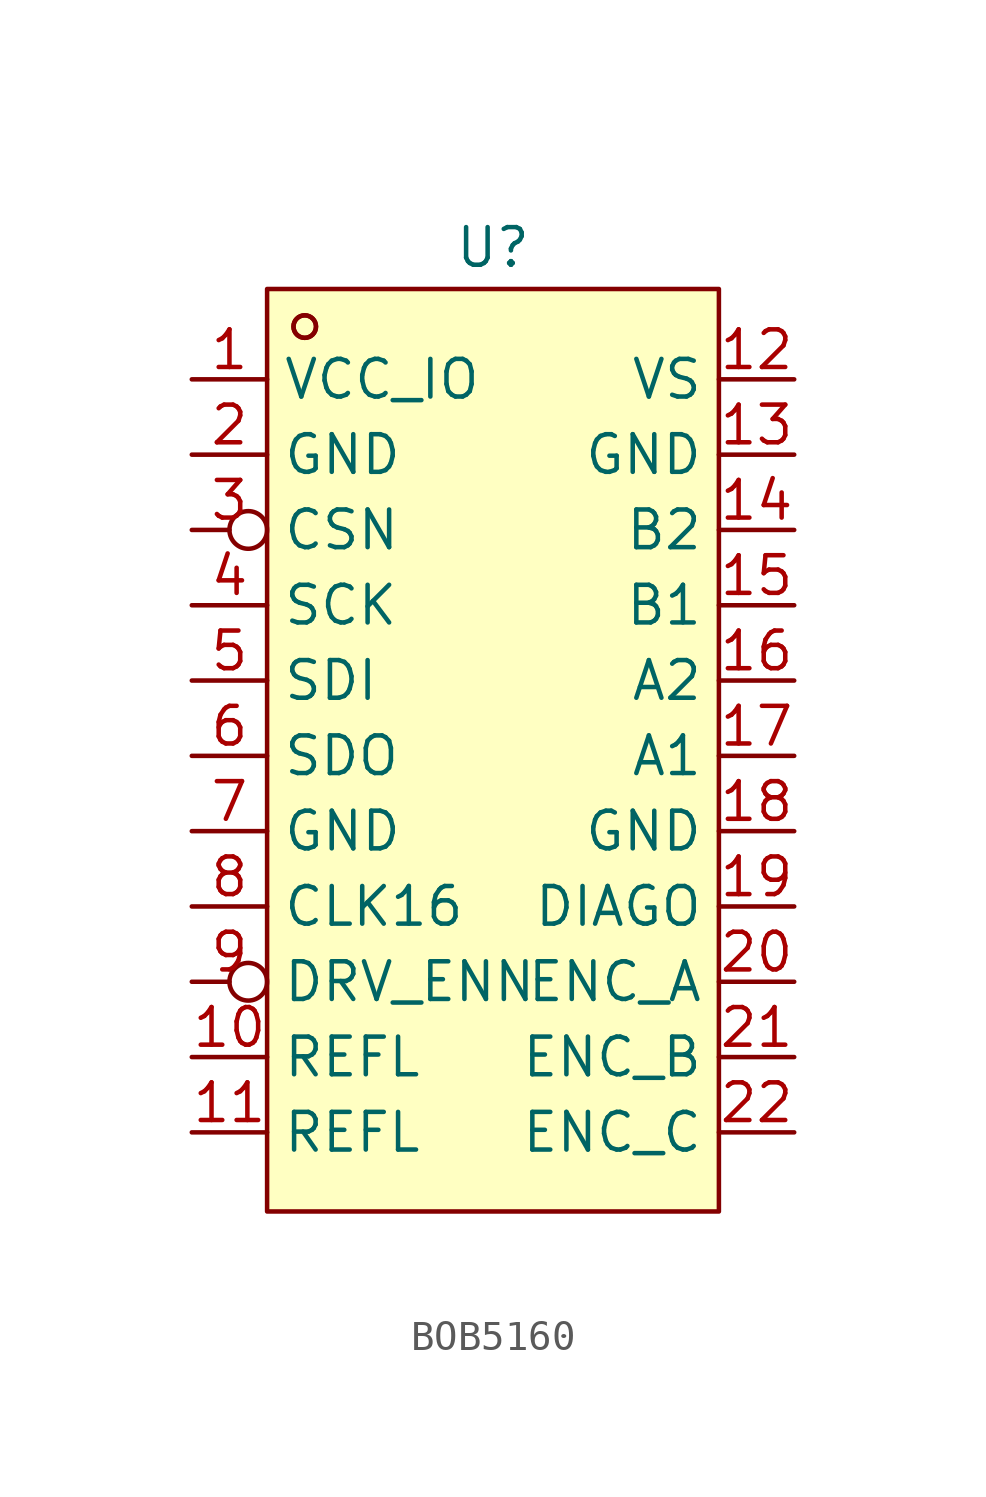
<source format=kicad_sym>
(kicad_symbol_lib
  (version 20220914)
  (generator kicad_symbol_editor)
  (symbol "BOB5160"
    (property "Reference" "U"
      (at 0 0 0)
      (effects (font (size 1.27 1.27))))
    (property "Value" ""
      (at 0 0 0)
      (effects (font (size 1.27 1.27))))
    (symbol "BOB5160_0_1"
      (circle (center -6.35 -2.665) (radius 0.38) (stroke (width 0) (type default)) (fill (type none)))
      (circle (center -6.35 -2.665) (radius 0.38) (stroke (width 0) (type default)) (fill (type none)))
      (rectangle (start 7.62 -1.397) (end -7.62 -32.514) (stroke (width 0) (type default)) (fill (type background))))
    (symbol "BOB5160_1_1"
      (pin power_in line (at -10.16 -4.445 0) (length 2.54) (name "VCC_IO" (effects (font (size 1.27 1.27)))) (number "1" (effects (font (size 1.27 1.27)))))
      (pin input line (at -10.16 -27.305 0) (length 2.54) (name "REFL" (effects (font (size 1.27 1.27)))) (number "10" (effects (font (size 1.27 1.27)))))
      (pin input line (at -10.16 -29.845 0) (length 2.54) (name "REFL" (effects (font (size 1.27 1.27)))) (number "11" (effects (font (size 1.27 1.27)))))
      (pin power_in line (at 10.16 -4.445 180) (length 2.54) (name "VS" (effects (font (size 1.27 1.27)))) (number "12" (effects (font (size 1.27 1.27)))))
      (pin power_in line (at 10.16 -6.985 180) (length 2.54) (name "GND" (effects (font (size 1.27 1.27)))) (number "13" (effects (font (size 1.27 1.27)))))
      (pin output line (at 10.16 -9.525 180) (length 2.54) (name "B2" (effects (font (size 1.27 1.27)))) (number "14" (effects (font (size 1.27 1.27)))))
      (pin output line (at 10.16 -12.065 180) (length 2.54) (name "B1" (effects (font (size 1.27 1.27)))) (number "15" (effects (font (size 1.27 1.27)))))
      (pin output line (at 10.16 -14.605 180) (length 2.54) (name "A2" (effects (font (size 1.27 1.27)))) (number "16" (effects (font (size 1.27 1.27)))))
      (pin output line (at 10.16 -17.145 180) (length 2.54) (name "A1" (effects (font (size 1.27 1.27)))) (number "17" (effects (font (size 1.27 1.27)))))
      (pin power_in line (at 10.16 -19.685 180) (length 2.54) (name "GND" (effects (font (size 1.27 1.27)))) (number "18" (effects (font (size 1.27 1.27)))))
      (pin output line (at 10.16 -22.225 180) (length 2.54) (name "DIAGO" (effects (font (size 1.27 1.27)))) (number "19" (effects (font (size 1.27 1.27)))))
      (pin power_in line (at -10.16 -6.985 0) (length 2.54) (name "GND" (effects (font (size 1.27 1.27)))) (number "2" (effects (font (size 1.27 1.27)))))
      (pin input line (at 10.16 -24.765 180) (length 2.54) (name "ENC_A" (effects (font (size 1.27 1.27)))) (number "20" (effects (font (size 1.27 1.27)))))
      (pin input line (at 10.16 -27.305 180) (length 2.54) (name "ENC_B" (effects (font (size 1.27 1.27)))) (number "21" (effects (font (size 1.27 1.27)))))
      (pin input line (at 10.16 -29.845 180) (length 2.54) (name "ENC_C" (effects (font (size 1.27 1.27)))) (number "22" (effects (font (size 1.27 1.27)))))
      (pin input inverted (at -10.16 -9.525 0) (length 2.54) (name "CSN" (effects (font (size 1.27 1.27)))) (number "3" (effects (font (size 1.27 1.27)))))
      (pin input line (at -10.16 -12.065 0) (length 2.54) (name "SCK" (effects (font (size 1.27 1.27)))) (number "4" (effects (font (size 1.27 1.27)))))
      (pin input line (at -10.16 -14.605 0) (length 2.54) (name "SDI" (effects (font (size 1.27 1.27)))) (number "5" (effects (font (size 1.27 1.27)))))
      (pin output line (at -10.16 -17.145 0) (length 2.54) (name "SDO" (effects (font (size 1.27 1.27)))) (number "6" (effects (font (size 1.27 1.27)))))
      (pin power_in line (at -10.16 -19.685 0) (length 2.54) (name "GND" (effects (font (size 1.27 1.27)))) (number "7" (effects (font (size 1.27 1.27)))))
      (pin input line (at -10.16 -22.225 0) (length 2.54) (name "CLK16" (effects (font (size 1.27 1.27)))) (number "8" (effects (font (size 1.27 1.27)))))
      (pin input inverted (at -10.16 -24.765 0) (length 2.54) (name "DRV_ENN" (effects (font (size 1.27 1.27)))) (number "9" (effects (font (size 1.27 1.27))))))))
</source>
